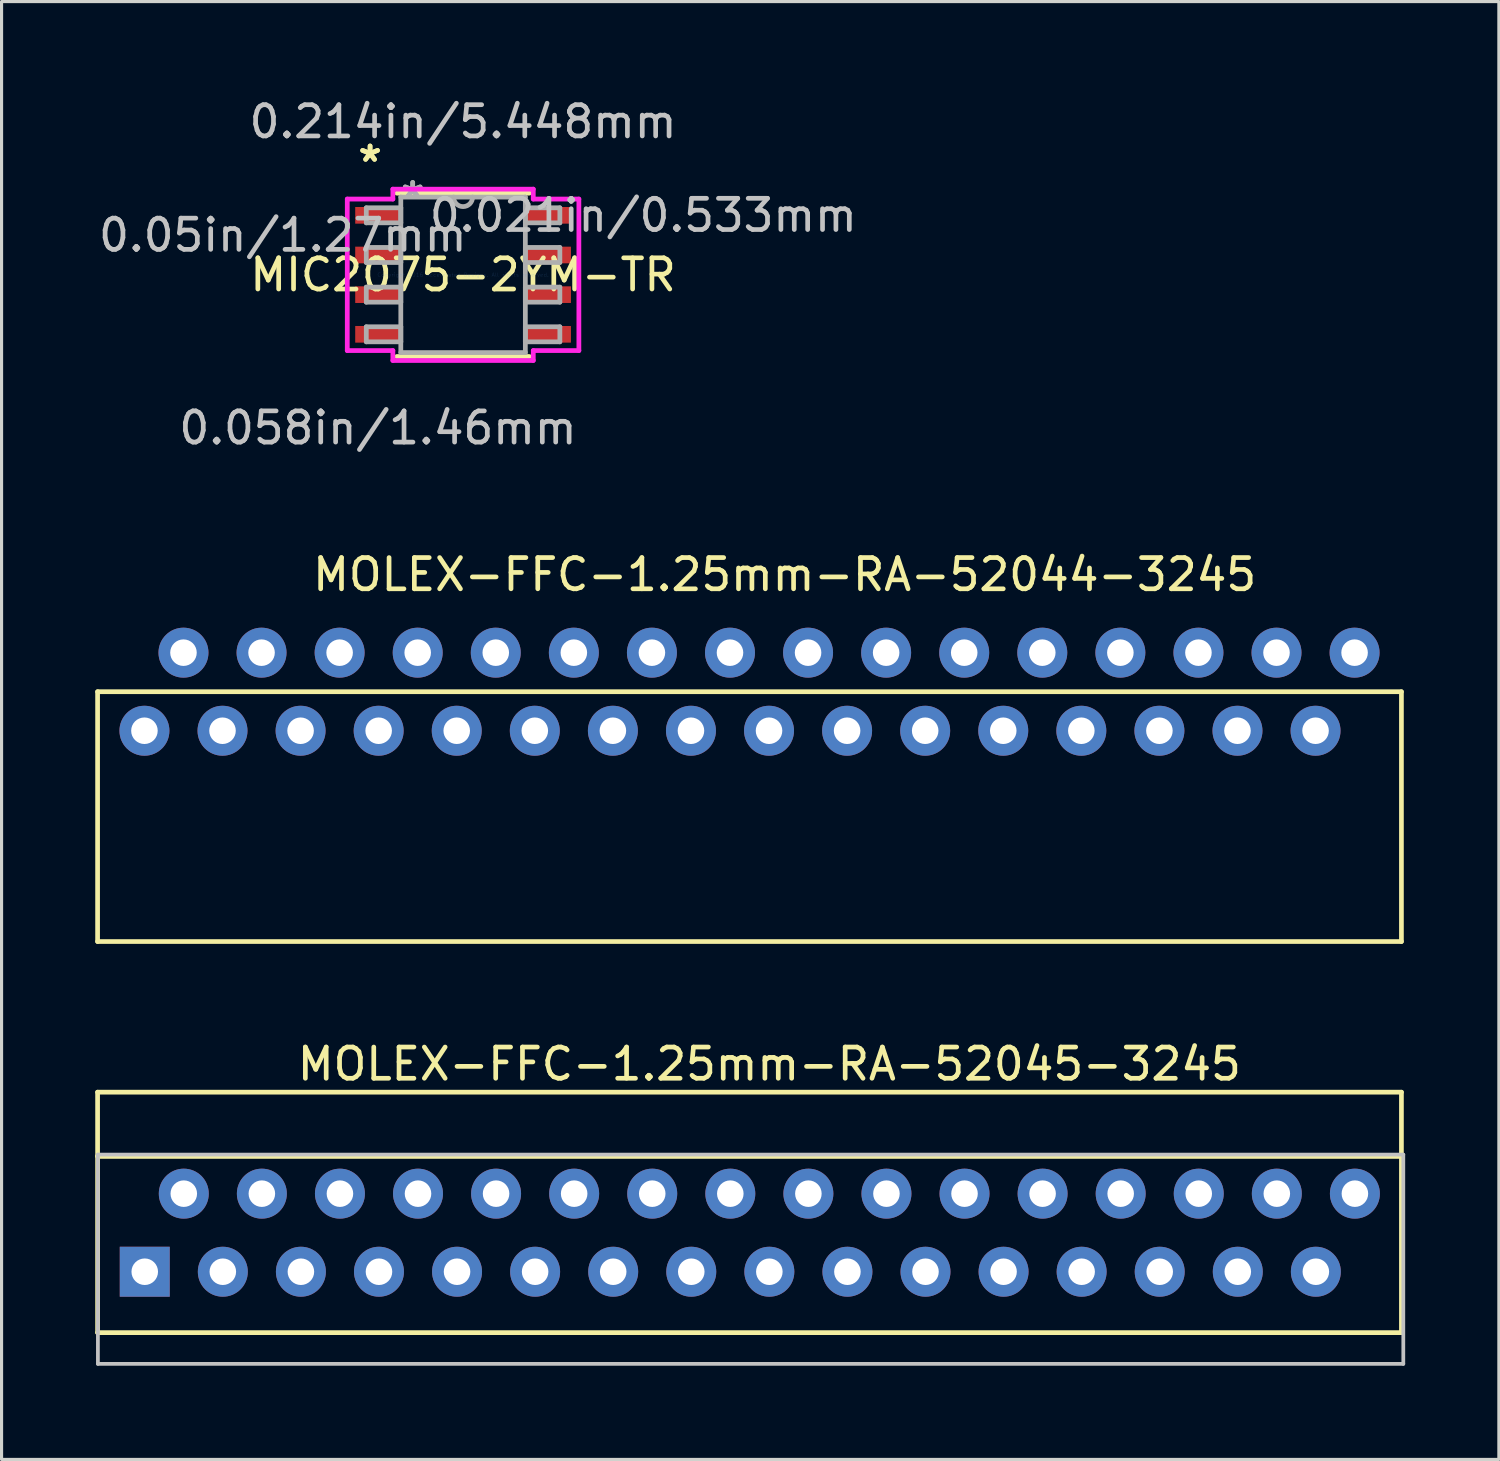
<source format=kicad_pcb>
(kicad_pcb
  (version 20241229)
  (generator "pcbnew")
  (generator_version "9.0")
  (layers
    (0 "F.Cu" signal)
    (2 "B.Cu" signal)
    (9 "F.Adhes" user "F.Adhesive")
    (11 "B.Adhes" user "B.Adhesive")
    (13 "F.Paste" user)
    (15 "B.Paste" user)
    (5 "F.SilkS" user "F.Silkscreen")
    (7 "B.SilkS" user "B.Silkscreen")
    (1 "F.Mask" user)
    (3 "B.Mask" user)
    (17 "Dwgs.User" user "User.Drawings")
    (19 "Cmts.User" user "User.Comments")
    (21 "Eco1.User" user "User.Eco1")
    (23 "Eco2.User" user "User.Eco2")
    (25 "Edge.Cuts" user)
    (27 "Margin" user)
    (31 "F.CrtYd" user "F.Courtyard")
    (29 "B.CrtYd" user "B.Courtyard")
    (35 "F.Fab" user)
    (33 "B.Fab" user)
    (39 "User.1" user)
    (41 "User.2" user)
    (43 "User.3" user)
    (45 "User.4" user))
  (footprint "MIC2075-2YM-TR"
    (layer "F.Cu")
    (at 11.778 5.75)
    (property "Reference" "MIC2075-2YM-TR" (at 0 0 0) (layer "F.SilkS") (effects (font (size 1 1) (thickness 0.15))))
    (attr through_hole)
    (fp_line (start -2.121 2.616) (end 2.121 2.616) (stroke (width 0.152) (type solid)) (layer "F.SilkS"))
    (fp_line (start 2.121 -2.616) (end -2.121 -2.616) (stroke (width 0.152) (type solid)) (layer "F.SilkS"))
    (fp_line (start -3.708 -2.426) (end -2.248 -2.426) (stroke (width 0.152) (type solid)) (layer "F.CrtYd"))
    (fp_line (start -3.708 2.426) (end -3.708 -2.426) (stroke (width 0.152) (type solid)) (layer "F.CrtYd"))
    (fp_line (start -2.248 -2.743) (end 2.248 -2.743) (stroke (width 0.152) (type solid)) (layer "F.CrtYd"))
    (fp_line (start -2.248 -2.426) (end -2.248 -2.743) (stroke (width 0.152) (type solid)) (layer "F.CrtYd"))
    (fp_line (start -2.248 2.426) (end -3.708 2.426) (stroke (width 0.152) (type solid)) (layer "F.CrtYd"))
    (fp_line (start -2.248 2.743) (end -2.248 2.426) (stroke (width 0.152) (type solid)) (layer "F.CrtYd"))
    (fp_line (start 2.248 -2.743) (end 2.248 -2.426) (stroke (width 0.152) (type solid)) (layer "F.CrtYd"))
    (fp_line (start 2.248 -2.426) (end 3.708 -2.426) (stroke (width 0.152) (type solid)) (layer "F.CrtYd"))
    (fp_line (start 2.248 2.426) (end 2.248 2.743) (stroke (width 0.152) (type solid)) (layer "F.CrtYd"))
    (fp_line (start 2.248 2.743) (end -2.248 2.743) (stroke (width 0.152) (type solid)) (layer "F.CrtYd"))
    (fp_line (start 3.708 -2.426) (end 3.708 2.426) (stroke (width 0.152) (type solid)) (layer "F.CrtYd"))
    (fp_line (start 3.708 2.426) (end 2.248 2.426) (stroke (width 0.152) (type solid)) (layer "F.CrtYd"))
    (fp_line (start -3.099 -2.146) (end -3.099 -1.664) (stroke (width 0.152) (type solid)) (layer "F.Fab"))
    (fp_line (start -3.099 -1.664) (end -1.994 -1.664) (stroke (width 0.152) (type solid)) (layer "F.Fab"))
    (fp_line (start -3.099 -0.876) (end -3.099 -0.394) (stroke (width 0.152) (type solid)) (layer "F.Fab"))
    (fp_line (start -3.099 -0.394) (end -1.994 -0.394) (stroke (width 0.152) (type solid)) (layer "F.Fab"))
    (fp_line (start -3.099 0.394) (end -3.099 0.876) (stroke (width 0.152) (type solid)) (layer "F.Fab"))
    (fp_line (start -3.099 0.876) (end -1.994 0.876) (stroke (width 0.152) (type solid)) (layer "F.Fab"))
    (fp_line (start -3.099 1.664) (end -3.099 2.146) (stroke (width 0.152) (type solid)) (layer "F.Fab"))
    (fp_line (start -3.099 2.146) (end -1.994 2.146) (stroke (width 0.152) (type solid)) (layer "F.Fab"))
    (fp_line (start -1.994 -2.489) (end -1.994 2.489) (stroke (width 0.152) (type solid)) (layer "F.Fab"))
    (fp_line (start -1.994 -2.146) (end -3.099 -2.146) (stroke (width 0.152) (type solid)) (layer "F.Fab"))
    (fp_line (start -1.994 -1.664) (end -1.994 -2.146) (stroke (width 0.152) (type solid)) (layer "F.Fab"))
    (fp_line (start -1.994 -0.876) (end -3.099 -0.876) (stroke (width 0.152) (type solid)) (layer "F.Fab"))
    (fp_line (start -1.994 -0.394) (end -1.994 -0.876) (stroke (width 0.152) (type solid)) (layer "F.Fab"))
    (fp_line (start -1.994 0.394) (end -3.099 0.394) (stroke (width 0.152) (type solid)) (layer "F.Fab"))
    (fp_line (start -1.994 0.876) (end -1.994 0.394) (stroke (width 0.152) (type solid)) (layer "F.Fab"))
    (fp_line (start -1.994 1.664) (end -3.099 1.664) (stroke (width 0.152) (type solid)) (layer "F.Fab"))
    (fp_line (start -1.994 2.146) (end -1.994 1.664) (stroke (width 0.152) (type solid)) (layer "F.Fab"))
    (fp_line (start -1.994 2.489) (end 1.994 2.489) (stroke (width 0.152) (type solid)) (layer "F.Fab"))
    (fp_line (start 1.994 -2.489) (end -1.994 -2.489) (stroke (width 0.152) (type solid)) (layer "F.Fab"))
    (fp_line (start 1.994 -2.146) (end 1.994 -1.664) (stroke (width 0.152) (type solid)) (layer "F.Fab"))
    (fp_line (start 1.994 -1.664) (end 3.099 -1.664) (stroke (width 0.152) (type solid)) (layer "F.Fab"))
    (fp_line (start 1.994 -0.876) (end 1.994 -0.394) (stroke (width 0.152) (type solid)) (layer "F.Fab"))
    (fp_line (start 1.994 -0.394) (end 3.099 -0.394) (stroke (width 0.152) (type solid)) (layer "F.Fab"))
    (fp_line (start 1.994 0.394) (end 1.994 0.876) (stroke (width 0.152) (type solid)) (layer "F.Fab"))
    (fp_line (start 1.994 0.876) (end 3.099 0.876) (stroke (width 0.152) (type solid)) (layer "F.Fab"))
    (fp_line (start 1.994 1.664) (end 1.994 2.146) (stroke (width 0.152) (type solid)) (layer "F.Fab"))
    (fp_line (start 1.994 2.146) (end 3.099 2.146) (stroke (width 0.152) (type solid)) (layer "F.Fab"))
    (fp_line (start 1.994 2.489) (end 1.994 -2.489) (stroke (width 0.152) (type solid)) (layer "F.Fab"))
    (fp_line (start 3.099 -2.146) (end 1.994 -2.146) (stroke (width 0.152) (type solid)) (layer "F.Fab"))
    (fp_line (start 3.099 -1.664) (end 3.099 -2.146) (stroke (width 0.152) (type solid)) (layer "F.Fab"))
    (fp_line (start 3.099 -0.876) (end 1.994 -0.876) (stroke (width 0.152) (type solid)) (layer "F.Fab"))
    (fp_line (start 3.099 -0.394) (end 3.099 -0.876) (stroke (width 0.152) (type solid)) (layer "F.Fab"))
    (fp_line (start 3.099 0.394) (end 1.994 0.394) (stroke (width 0.152) (type solid)) (layer "F.Fab"))
    (fp_line (start 3.099 0.876) (end 3.099 0.394) (stroke (width 0.152) (type solid)) (layer "F.Fab"))
    (fp_line (start 3.099 1.664) (end 1.994 1.664) (stroke (width 0.152) (type solid)) (layer "F.Fab"))
    (fp_line (start 3.099 2.146) (end 3.099 1.664) (stroke (width 0.152) (type solid)) (layer "F.Fab"))
    (fp_arc (start 0.3048 -2.4892) (mid 0 -2.1844) (end -0.3048 -2.4892) (stroke (width 0.1524) (type solid)) (layer "F.Fab"))
    (fp_text user "*" (at -2.978 -3.581 0) (layer "F.SilkS") (effects (font (size 1 1) (thickness 0.15))))
    (fp_text user "*" (at -2.978 -3.581 0) (layer "F.SilkS") (effects (font (size 1 1) (thickness 0.15))))
    (fp_text user "0.058in/1.46mm" (at -2.724 4.902 0) (layer "Dwgs.User") (effects (font (size 1 1) (thickness 0.15))))
    (fp_text user "0.021in/0.533mm" (at 5.772 -1.905 0) (layer "Dwgs.User") (effects (font (size 1 1) (thickness 0.15))))
    (fp_text user "0.214in/5.448mm" (at 0 -4.902 0) (layer "Dwgs.User") (effects (font (size 1 1) (thickness 0.15))))
    (fp_text user "0.05in/1.27mm" (at -5.772 -1.27 0) (layer "Dwgs.User") (effects (font (size 1 1) (thickness 0.15))))
    (fp_text user "Copyright 2016 Accelerated Designs. All rights reserved." (at 0 0 0) (layer "Cmts.User") (effects (font (size 0.127 0.127) (thickness 0.002))))
    (fp_text user "*" (at -1.613 -2.413 0) (layer "F.Fab") (effects (font (size 1 1) (thickness 0.15))))
    (fp_text user "*" (at -1.613 -2.413 0) (layer "F.Fab") (effects (font (size 1 1) (thickness 0.15))))
    (pad "1" smd rect (at -2.724 -1.905) (size 1.46 0.533) (layers "F.Cu" "F.Mask" "F.Paste"))
    (pad "2" smd rect (at -2.724 -0.635) (size 1.46 0.533) (layers "F.Cu" "F.Mask" "F.Paste"))
    (pad "3" smd rect (at -2.724 0.635) (size 1.46 0.533) (layers "F.Cu" "F.Mask" "F.Paste"))
    (pad "4" smd rect (at -2.724 1.905) (size 1.46 0.533) (layers "F.Cu" "F.Mask" "F.Paste"))
    (pad "5" smd rect (at 2.724 1.905) (size 1.46 0.533) (layers "F.Cu" "F.Mask" "F.Paste"))
    (pad "6" smd rect (at 2.724 0.635) (size 1.46 0.533) (layers "F.Cu" "F.Mask" "F.Paste"))
    (pad "7" smd rect (at 2.724 -0.635) (size 1.46 0.533) (layers "F.Cu" "F.Mask" "F.Paste"))
    (pad "8" smd rect (at 2.724 -1.905) (size 1.46 0.533) (layers "F.Cu" "F.Mask" "F.Paste")))
  (footprint "MOLEX-FFC-1.25mm-RA-52045-3245"
    (layer "F.Cu")
    (at 21.585 36.422)
    (property "Reference" "MOLEX-FFC-1.25mm-RA-52045-3245" (at 0 -5.4 0) (layer "F.SilkS") (effects (font (size 1 1) (thickness 0.15))))
    (attr through_hole)
    (fp_line (start -21.51 -4.5) (end -21.51 3.2) (stroke (width 0.15) (type solid)) (layer "F.SilkS"))
    (fp_line (start -21.51 -4.5) (end 20.24 -4.5) (stroke (width 0.15) (type solid)) (layer "F.SilkS"))
    (fp_line (start -21.51 3.2) (end 20.24 3.2) (stroke (width 0.15) (type solid)) (layer "F.SilkS"))
    (fp_line (start 20.24 -2.45) (end -21.51 -2.45) (stroke (width 0.15) (type solid)) (layer "F.SilkS"))
    (fp_line (start 20.24 -2.45) (end -21.51 -2.45) (stroke (width 0.15) (type solid)) (layer "F.SilkS"))
    (fp_line (start 20.24 3.2) (end 20.24 -4.5) (stroke (width 0.15) (type solid)) (layer "F.SilkS"))
    (fp_line (start -21.5 -2.5) (end -21.5 4.2) (stroke (width 0.12) (type solid)) (layer "Dwgs.User"))
    (fp_line (start -21.5 4.2) (end 20.3 4.2) (stroke (width 0.12) (type solid)) (layer "Dwgs.User"))
    (fp_line (start 20.3 -2.5) (end -21.5 -2.5) (stroke (width 0.12) (type solid)) (layer "Dwgs.User"))
    (fp_line (start 20.3 4.2) (end 20.3 -2.5) (stroke (width 0.12) (type solid)) (layer "Dwgs.User"))
    (pad "1" thru_hole rect (at -20 1.25) (size 1.6 1.6) (drill 0.85) (layers "*.Cu" "*.Mask"))
    (pad "2" thru_hole circle (at -18.75 -1.25) (size 1.6 1.6) (drill 0.85) (layers "*.Cu" "*.Mask"))
    (pad "3" thru_hole circle (at -17.5 1.25) (size 1.6 1.6) (drill 0.85) (layers "*.Cu" "*.Mask"))
    (pad "4" thru_hole circle (at -16.25 -1.25) (size 1.6 1.6) (drill 0.85) (layers "*.Cu" "*.Mask"))
    (pad "5" thru_hole circle (at -15 1.25) (size 1.6 1.6) (drill 0.85) (layers "*.Cu" "*.Mask"))
    (pad "6" thru_hole circle (at -13.75 -1.25) (size 1.6 1.6) (drill 0.85) (layers "*.Cu" "*.Mask"))
    (pad "7" thru_hole circle (at -12.5 1.25) (size 1.6 1.6) (drill 0.85) (layers "*.Cu" "*.Mask"))
    (pad "8" thru_hole circle (at -11.25 -1.25) (size 1.6 1.6) (drill 0.85) (layers "*.Cu" "*.Mask"))
    (pad "9" thru_hole circle (at -10 1.25) (size 1.6 1.6) (drill 0.85) (layers "*.Cu" "*.Mask"))
    (pad "10" thru_hole circle (at -8.75 -1.25) (size 1.6 1.6) (drill 0.85) (layers "*.Cu" "*.Mask"))
    (pad "11" thru_hole circle (at -7.5 1.25) (size 1.6 1.6) (drill 0.85) (layers "*.Cu" "*.Mask"))
    (pad "12" thru_hole circle (at -6.25 -1.25) (size 1.6 1.6) (drill 0.85) (layers "*.Cu" "*.Mask"))
    (pad "13" thru_hole circle (at -5 1.25) (size 1.6 1.6) (drill 0.85) (layers "*.Cu" "*.Mask"))
    (pad "14" thru_hole circle (at -3.75 -1.25) (size 1.6 1.6) (drill 0.85) (layers "*.Cu" "*.Mask"))
    (pad "15" thru_hole circle (at -2.5 1.25) (size 1.6 1.6) (drill 0.85) (layers "*.Cu" "*.Mask"))
    (pad "16" thru_hole circle (at -1.25 -1.25) (size 1.6 1.6) (drill 0.85) (layers "*.Cu" "*.Mask"))
    (pad "17" thru_hole circle (at 0 1.25) (size 1.6 1.6) (drill 0.85) (layers "*.Cu" "*.Mask"))
    (pad "18" thru_hole circle (at 1.25 -1.25) (size 1.6 1.6) (drill 0.85) (layers "*.Cu" "*.Mask"))
    (pad "19" thru_hole circle (at 2.5 1.25) (size 1.6 1.6) (drill 0.85) (layers "*.Cu" "*.Mask"))
    (pad "20" thru_hole circle (at 3.75 -1.25) (size 1.6 1.6) (drill 0.85) (layers "*.Cu" "*.Mask"))
    (pad "21" thru_hole circle (at 5 1.25) (size 1.6 1.6) (drill 0.85) (layers "*.Cu" "*.Mask"))
    (pad "22" thru_hole circle (at 6.25 -1.25) (size 1.6 1.6) (drill 0.85) (layers "*.Cu" "*.Mask"))
    (pad "23" thru_hole circle (at 7.5 1.25) (size 1.6 1.6) (drill 0.85) (layers "*.Cu" "*.Mask"))
    (pad "24" thru_hole circle (at 8.75 -1.25) (size 1.6 1.6) (drill 0.85) (layers "*.Cu" "*.Mask"))
    (pad "25" thru_hole circle (at 10 1.25) (size 1.6 1.6) (drill 0.85) (layers "*.Cu" "*.Mask"))
    (pad "26" thru_hole circle (at 11.25 -1.25) (size 1.6 1.6) (drill 0.85) (layers "*.Cu" "*.Mask"))
    (pad "27" thru_hole circle (at 12.5 1.25) (size 1.6 1.6) (drill 0.85) (layers "*.Cu" "*.Mask"))
    (pad "28" thru_hole circle (at 13.75 -1.25) (size 1.6 1.6) (drill 0.85) (layers "*.Cu" "*.Mask"))
    (pad "29" thru_hole circle (at 15 1.25) (size 1.6 1.6) (drill 0.85) (layers "*.Cu" "*.Mask"))
    (pad "30" thru_hole circle (at 16.25 -1.25) (size 1.6 1.6) (drill 0.85) (layers "*.Cu" "*.Mask"))
    (pad "31" thru_hole circle (at 17.5 1.25) (size 1.6 1.6) (drill 0.85) (layers "*.Cu" "*.Mask"))
    (pad "32" thru_hole circle (at 18.75 -1.25) (size 1.6 1.6) (drill 0.85) (layers "*.Cu" "*.Mask")))
  (footprint "MOLEX-FFC-1.25mm-RA-52044-3245"
    (layer "F.Cu")
    (at 21.575 19.099)
    (property "Reference" "MOLEX-FFC-1.25mm-RA-52044-3245" (at 0.5 -3.75 0) (layer "F.SilkS") (effects (font (size 1 1) (thickness 0.15))))
    (attr through_hole)
    (fp_line (start -21.5 0) (end -21.5 8) (stroke (width 0.15) (type solid)) (layer "F.SilkS"))
    (fp_line (start -21.5 8) (end 20.25 8) (stroke (width 0.15) (type solid)) (layer "F.SilkS"))
    (fp_line (start 20.25 0) (end -21.5 0) (stroke (width 0.15) (type solid)) (layer "F.SilkS"))
    (fp_line (start 20.25 8) (end 20.25 0) (stroke (width 0.15) (type solid)) (layer "F.SilkS"))
    (pad "1" thru_hole circle (at -20 1.25) (size 1.6 1.6) (drill 0.85) (layers "*.Cu" "*.Mask"))
    (pad "2" thru_hole circle (at -18.75 -1.25) (size 1.6 1.6) (drill 0.85) (layers "*.Cu" "*.Mask"))
    (pad "3" thru_hole circle (at -17.5 1.25) (size 1.6 1.6) (drill 0.85) (layers "*.Cu" "*.Mask"))
    (pad "4" thru_hole circle (at -16.25 -1.25) (size 1.6 1.6) (drill 0.85) (layers "*.Cu" "*.Mask"))
    (pad "5" thru_hole circle (at -15 1.25) (size 1.6 1.6) (drill 0.85) (layers "*.Cu" "*.Mask"))
    (pad "6" thru_hole circle (at -13.75 -1.25) (size 1.6 1.6) (drill 0.85) (layers "*.Cu" "*.Mask"))
    (pad "7" thru_hole circle (at -12.5 1.25) (size 1.6 1.6) (drill 0.85) (layers "*.Cu" "*.Mask"))
    (pad "8" thru_hole circle (at -11.25 -1.25) (size 1.6 1.6) (drill 0.85) (layers "*.Cu" "*.Mask"))
    (pad "9" thru_hole circle (at -10 1.25) (size 1.6 1.6) (drill 0.85) (layers "*.Cu" "*.Mask"))
    (pad "10" thru_hole circle (at -8.75 -1.25) (size 1.6 1.6) (drill 0.85) (layers "*.Cu" "*.Mask"))
    (pad "11" thru_hole circle (at -7.5 1.25) (size 1.6 1.6) (drill 0.85) (layers "*.Cu" "*.Mask"))
    (pad "12" thru_hole circle (at -6.25 -1.25) (size 1.6 1.6) (drill 0.85) (layers "*.Cu" "*.Mask"))
    (pad "13" thru_hole circle (at -5 1.25) (size 1.6 1.6) (drill 0.85) (layers "*.Cu" "*.Mask"))
    (pad "14" thru_hole circle (at -3.75 -1.25) (size 1.6 1.6) (drill 0.85) (layers "*.Cu" "*.Mask"))
    (pad "15" thru_hole circle (at -2.5 1.25) (size 1.6 1.6) (drill 0.85) (layers "*.Cu" "*.Mask"))
    (pad "16" thru_hole circle (at -1.25 -1.25) (size 1.6 1.6) (drill 0.85) (layers "*.Cu" "*.Mask"))
    (pad "17" thru_hole circle (at 0 1.25) (size 1.6 1.6) (drill 0.85) (layers "*.Cu" "*.Mask"))
    (pad "18" thru_hole circle (at 1.25 -1.25) (size 1.6 1.6) (drill 0.85) (layers "*.Cu" "*.Mask"))
    (pad "19" thru_hole circle (at 2.5 1.25) (size 1.6 1.6) (drill 0.85) (layers "*.Cu" "*.Mask"))
    (pad "20" thru_hole circle (at 3.75 -1.25) (size 1.6 1.6) (drill 0.85) (layers "*.Cu" "*.Mask"))
    (pad "21" thru_hole circle (at 5 1.25) (size 1.6 1.6) (drill 0.85) (layers "*.Cu" "*.Mask"))
    (pad "22" thru_hole circle (at 6.25 -1.25) (size 1.6 1.6) (drill 0.85) (layers "*.Cu" "*.Mask"))
    (pad "23" thru_hole circle (at 7.5 1.25) (size 1.6 1.6) (drill 0.85) (layers "*.Cu" "*.Mask"))
    (pad "24" thru_hole circle (at 8.75 -1.25) (size 1.6 1.6) (drill 0.85) (layers "*.Cu" "*.Mask"))
    (pad "25" thru_hole circle (at 10 1.25) (size 1.6 1.6) (drill 0.85) (layers "*.Cu" "*.Mask"))
    (pad "26" thru_hole circle (at 11.25 -1.25) (size 1.6 1.6) (drill 0.85) (layers "*.Cu" "*.Mask"))
    (pad "27" thru_hole circle (at 12.5 1.25) (size 1.6 1.6) (drill 0.85) (layers "*.Cu" "*.Mask"))
    (pad "28" thru_hole circle (at 13.75 -1.25) (size 1.6 1.6) (drill 0.85) (layers "*.Cu" "*.Mask"))
    (pad "29" thru_hole circle (at 15 1.25) (size 1.6 1.6) (drill 0.85) (layers "*.Cu" "*.Mask"))
    (pad "30" thru_hole circle (at 16.25 -1.25) (size 1.6 1.6) (drill 0.85) (layers "*.Cu" "*.Mask"))
    (pad "31" thru_hole circle (at 17.5 1.25) (size 1.6 1.6) (drill 0.85) (layers "*.Cu" "*.Mask"))
    (pad "32" thru_hole circle (at 18.75 -1.25) (size 1.6 1.6) (drill 0.85) (layers "*.Cu" "*.Mask")))
  (gr_rect
    (start -3 -3)
    (end 44.945 43.682)
    (stroke (width 0.1) (type default))
    (fill no)
    (layer "Edge.Cuts")))
</source>
